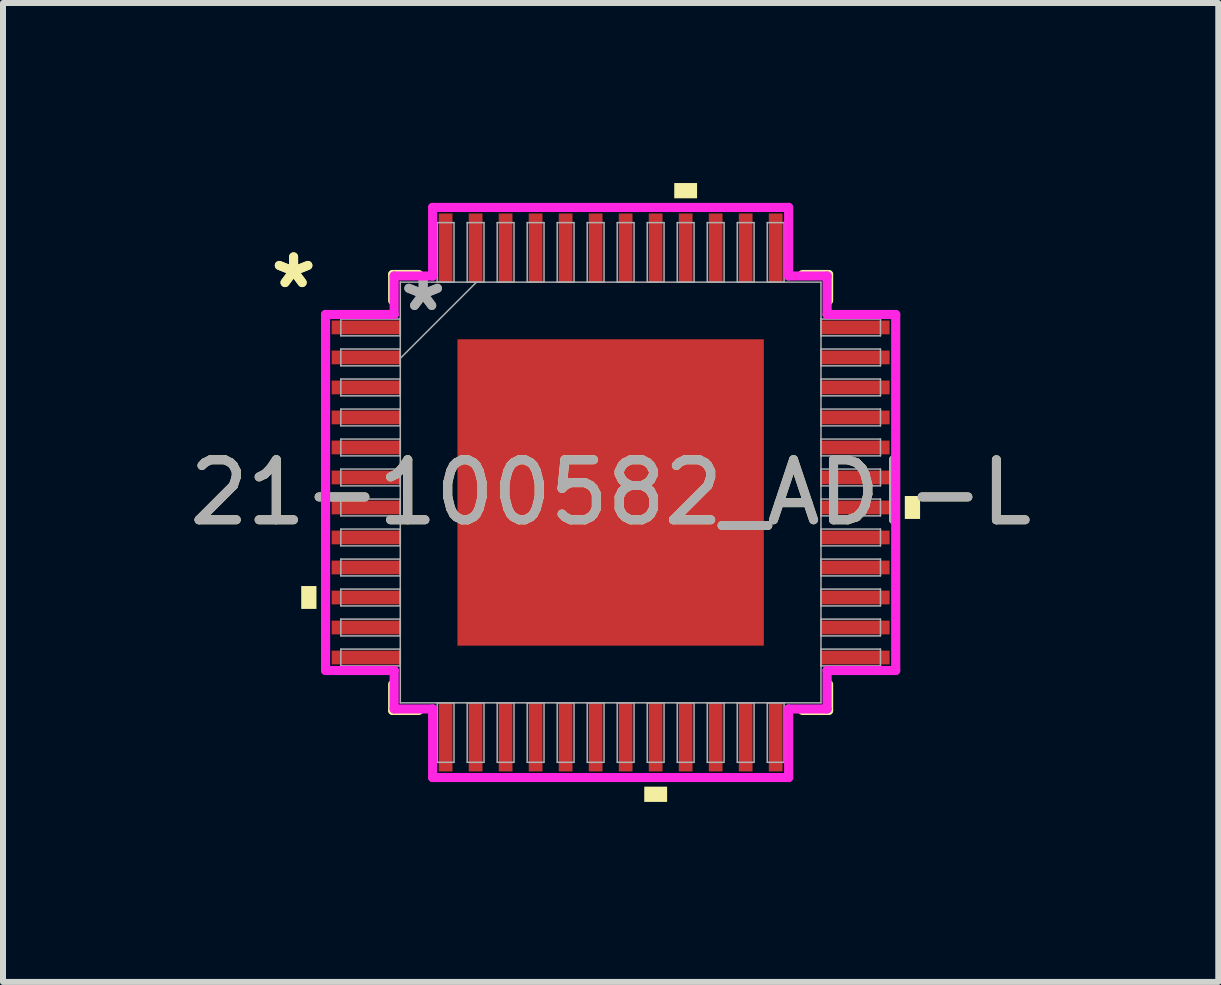
<source format=kicad_pcb>
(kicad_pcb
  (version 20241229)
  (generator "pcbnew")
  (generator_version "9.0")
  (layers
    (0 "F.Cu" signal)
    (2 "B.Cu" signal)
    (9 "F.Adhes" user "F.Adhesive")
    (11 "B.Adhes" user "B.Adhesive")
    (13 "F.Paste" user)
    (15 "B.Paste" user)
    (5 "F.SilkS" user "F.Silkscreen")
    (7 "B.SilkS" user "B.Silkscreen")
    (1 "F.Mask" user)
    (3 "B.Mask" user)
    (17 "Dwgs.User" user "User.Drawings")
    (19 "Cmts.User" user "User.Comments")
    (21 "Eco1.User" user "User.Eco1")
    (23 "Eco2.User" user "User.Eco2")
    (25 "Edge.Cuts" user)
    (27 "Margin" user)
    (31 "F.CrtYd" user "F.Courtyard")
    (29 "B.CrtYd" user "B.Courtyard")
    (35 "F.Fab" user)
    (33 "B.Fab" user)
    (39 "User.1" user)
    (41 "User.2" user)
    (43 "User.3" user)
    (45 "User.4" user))
  (footprint "21-100582_ADI-L"
    (layer "F.Cu")
    (at 7.125 5.156)
    (property "Reference" "21-100582_ADI-L" (at 0 0 0) (unlocked yes) (layer "F.SilkS") (effects (font (size 1 1) (thickness 0.15))))
    (attr smd)
    (fp_line (start -3.632 -3.632) (end -3.632 -3.197) (stroke (width 0.152) (type solid)) (layer "F.SilkS"))
    (fp_line (start -3.632 3.197) (end -3.632 3.632) (stroke (width 0.152) (type solid)) (layer "F.SilkS"))
    (fp_line (start -3.632 3.632) (end -3.197 3.632) (stroke (width 0.152) (type solid)) (layer "F.SilkS"))
    (fp_line (start -3.197 -3.632) (end -3.632 -3.632) (stroke (width 0.152) (type solid)) (layer "F.SilkS"))
    (fp_line (start 3.197 3.632) (end 3.632 3.632) (stroke (width 0.152) (type solid)) (layer "F.SilkS"))
    (fp_line (start 3.632 -3.632) (end 3.197 -3.632) (stroke (width 0.152) (type solid)) (layer "F.SilkS"))
    (fp_line (start 3.632 -3.197) (end 3.632 -3.632) (stroke (width 0.152) (type solid)) (layer "F.SilkS"))
    (fp_line (start 3.632 3.632) (end 3.632 3.197) (stroke (width 0.152) (type solid)) (layer "F.SilkS"))
    (fp_poly (pts (xy -5.156 1.559) (xy -5.156 1.94) (xy -4.902 1.94) (xy -4.902 1.559)) (stroke (width 0) (type solid)) (fill yes) (layer "F.SilkS"))
    (fp_poly (pts (xy 0.56 4.902) (xy 0.56 5.156) (xy 0.941 5.156) (xy 0.941 4.902)) (stroke (width 0) (type solid)) (fill yes) (layer "F.SilkS"))
    (fp_poly (pts (xy 1.06 -4.902) (xy 1.06 -5.156) (xy 1.44 -5.156) (xy 1.44 -4.902)) (stroke (width 0) (type solid)) (fill yes) (layer "F.SilkS"))
    (fp_poly (pts (xy 5.156 0.059) (xy 5.156 0.441) (xy 4.902 0.441) (xy 4.902 0.059)) (stroke (width 0) (type solid)) (fill yes) (layer "F.SilkS"))
    (fp_poly (pts (xy -2.453 -2.453) (xy -2.453 -1.376) (xy -1.376 -1.376) (xy -1.376 -2.453)) (stroke (width 0) (type solid)) (fill yes) (layer "F.Paste"))
    (fp_poly (pts (xy -2.453 -1.176) (xy -2.453 -0.1) (xy -1.376 -0.1) (xy -1.376 -1.176)) (stroke (width 0) (type solid)) (fill yes) (layer "F.Paste"))
    (fp_poly (pts (xy -2.453 0.1) (xy -2.453 1.176) (xy -1.376 1.176) (xy -1.376 0.1)) (stroke (width 0) (type solid)) (fill yes) (layer "F.Paste"))
    (fp_poly (pts (xy -2.453 1.376) (xy -2.453 2.453) (xy -1.376 2.453) (xy -1.376 1.376)) (stroke (width 0) (type solid)) (fill yes) (layer "F.Paste"))
    (fp_poly (pts (xy -1.176 -2.453) (xy -1.176 -1.376) (xy -0.1 -1.376) (xy -0.1 -2.453)) (stroke (width 0) (type solid)) (fill yes) (layer "F.Paste"))
    (fp_poly (pts (xy -1.176 -1.176) (xy -1.176 -0.1) (xy -0.1 -0.1) (xy -0.1 -1.176)) (stroke (width 0) (type solid)) (fill yes) (layer "F.Paste"))
    (fp_poly (pts (xy -1.176 0.1) (xy -1.176 1.176) (xy -0.1 1.176) (xy -0.1 0.1)) (stroke (width 0) (type solid)) (fill yes) (layer "F.Paste"))
    (fp_poly (pts (xy -1.176 1.376) (xy -1.176 2.453) (xy -0.1 2.453) (xy -0.1 1.376)) (stroke (width 0) (type solid)) (fill yes) (layer "F.Paste"))
    (fp_poly (pts (xy 0.1 -2.453) (xy 0.1 -1.376) (xy 1.176 -1.376) (xy 1.176 -2.453)) (stroke (width 0) (type solid)) (fill yes) (layer "F.Paste"))
    (fp_poly (pts (xy 0.1 -1.176) (xy 0.1 -0.1) (xy 1.176 -0.1) (xy 1.176 -1.176)) (stroke (width 0) (type solid)) (fill yes) (layer "F.Paste"))
    (fp_poly (pts (xy 0.1 0.1) (xy 0.1 1.176) (xy 1.176 1.176) (xy 1.176 0.1)) (stroke (width 0) (type solid)) (fill yes) (layer "F.Paste"))
    (fp_poly (pts (xy 0.1 1.376) (xy 0.1 2.453) (xy 1.176 2.453) (xy 1.176 1.376)) (stroke (width 0) (type solid)) (fill yes) (layer "F.Paste"))
    (fp_poly (pts (xy 1.376 -2.453) (xy 1.376 -1.376) (xy 2.453 -1.376) (xy 2.453 -2.453)) (stroke (width 0) (type solid)) (fill yes) (layer "F.Paste"))
    (fp_poly (pts (xy 1.376 -1.176) (xy 1.376 -0.1) (xy 2.453 -0.1) (xy 2.453 -1.176)) (stroke (width 0) (type solid)) (fill yes) (layer "F.Paste"))
    (fp_poly (pts (xy 1.376 0.1) (xy 1.376 1.176) (xy 2.453 1.176) (xy 2.453 0.1)) (stroke (width 0) (type solid)) (fill yes) (layer "F.Paste"))
    (fp_poly (pts (xy 1.376 1.376) (xy 1.376 2.453) (xy 2.453 2.453) (xy 2.453 1.376)) (stroke (width 0) (type solid)) (fill yes) (layer "F.Paste"))
    (fp_line (start -4.75 -2.966) (end -3.607 -2.966) (stroke (width 0.152) (type solid)) (layer "F.CrtYd"))
    (fp_line (start -4.75 2.966) (end -4.75 -2.966) (stroke (width 0.152) (type solid)) (layer "F.CrtYd"))
    (fp_line (start -3.607 -3.607) (end -2.966 -3.607) (stroke (width 0.152) (type solid)) (layer "F.CrtYd"))
    (fp_line (start -3.607 -2.966) (end -3.607 -3.607) (stroke (width 0.152) (type solid)) (layer "F.CrtYd"))
    (fp_line (start -3.607 2.966) (end -4.75 2.966) (stroke (width 0.152) (type solid)) (layer "F.CrtYd"))
    (fp_line (start -3.607 3.607) (end -3.607 2.966) (stroke (width 0.152) (type solid)) (layer "F.CrtYd"))
    (fp_line (start -3.607 3.607) (end -2.966 3.607) (stroke (width 0.152) (type solid)) (layer "F.CrtYd"))
    (fp_line (start -2.966 -4.75) (end 2.966 -4.75) (stroke (width 0.152) (type solid)) (layer "F.CrtYd"))
    (fp_line (start -2.966 -3.607) (end -2.966 -4.75) (stroke (width 0.152) (type solid)) (layer "F.CrtYd"))
    (fp_line (start -2.966 3.607) (end -2.966 4.75) (stroke (width 0.152) (type solid)) (layer "F.CrtYd"))
    (fp_line (start -2.966 4.75) (end 2.966 4.75) (stroke (width 0.152) (type solid)) (layer "F.CrtYd"))
    (fp_line (start 2.966 -4.75) (end 2.966 -3.607) (stroke (width 0.152) (type solid)) (layer "F.CrtYd"))
    (fp_line (start 2.966 -3.607) (end 3.607 -3.607) (stroke (width 0.152) (type solid)) (layer "F.CrtYd"))
    (fp_line (start 2.966 3.607) (end 3.607 3.607) (stroke (width 0.152) (type solid)) (layer "F.CrtYd"))
    (fp_line (start 2.966 4.75) (end 2.966 3.607) (stroke (width 0.152) (type solid)) (layer "F.CrtYd"))
    (fp_line (start 3.607 -2.966) (end 3.607 -3.607) (stroke (width 0.152) (type solid)) (layer "F.CrtYd"))
    (fp_line (start 3.607 2.966) (end 4.75 2.966) (stroke (width 0.152) (type solid)) (layer "F.CrtYd"))
    (fp_line (start 3.607 3.607) (end 3.607 2.966) (stroke (width 0.152) (type solid)) (layer "F.CrtYd"))
    (fp_line (start 4.75 -2.966) (end 3.607 -2.966) (stroke (width 0.152) (type solid)) (layer "F.CrtYd"))
    (fp_line (start 4.75 2.966) (end 4.75 -2.966) (stroke (width 0.152) (type solid)) (layer "F.CrtYd"))
    (fp_line (start -4.496 -2.89) (end -4.496 -2.61) (stroke (width 0.025) (type solid)) (layer "F.Fab"))
    (fp_line (start -4.496 -2.61) (end -3.505 -2.61) (stroke (width 0.025) (type solid)) (layer "F.Fab"))
    (fp_line (start -4.496 -2.39) (end -4.496 -2.11) (stroke (width 0.025) (type solid)) (layer "F.Fab"))
    (fp_line (start -4.496 -2.11) (end -3.505 -2.11) (stroke (width 0.025) (type solid)) (layer "F.Fab"))
    (fp_line (start -4.496 -1.89) (end -4.496 -1.61) (stroke (width 0.025) (type solid)) (layer "F.Fab"))
    (fp_line (start -4.496 -1.61) (end -3.505 -1.61) (stroke (width 0.025) (type solid)) (layer "F.Fab"))
    (fp_line (start -4.496 -1.39) (end -4.496 -1.11) (stroke (width 0.025) (type solid)) (layer "F.Fab"))
    (fp_line (start -4.496 -1.11) (end -3.505 -1.11) (stroke (width 0.025) (type solid)) (layer "F.Fab"))
    (fp_line (start -4.496 -0.89) (end -4.496 -0.61) (stroke (width 0.025) (type solid)) (layer "F.Fab"))
    (fp_line (start -4.496 -0.61) (end -3.505 -0.61) (stroke (width 0.025) (type solid)) (layer "F.Fab"))
    (fp_line (start -4.496 -0.39) (end -4.496 -0.11) (stroke (width 0.025) (type solid)) (layer "F.Fab"))
    (fp_line (start -4.496 -0.11) (end -3.505 -0.11) (stroke (width 0.025) (type solid)) (layer "F.Fab"))
    (fp_line (start -4.496 0.11) (end -4.496 0.39) (stroke (width 0.025) (type solid)) (layer "F.Fab"))
    (fp_line (start -4.496 0.39) (end -3.505 0.39) (stroke (width 0.025) (type solid)) (layer "F.Fab"))
    (fp_line (start -4.496 0.61) (end -4.496 0.89) (stroke (width 0.025) (type solid)) (layer "F.Fab"))
    (fp_line (start -4.496 0.89) (end -3.505 0.89) (stroke (width 0.025) (type solid)) (layer "F.Fab"))
    (fp_line (start -4.496 1.11) (end -4.496 1.39) (stroke (width 0.025) (type solid)) (layer "F.Fab"))
    (fp_line (start -4.496 1.39) (end -3.505 1.39) (stroke (width 0.025) (type solid)) (layer "F.Fab"))
    (fp_line (start -4.496 1.61) (end -4.496 1.89) (stroke (width 0.025) (type solid)) (layer "F.Fab"))
    (fp_line (start -4.496 1.89) (end -3.505 1.89) (stroke (width 0.025) (type solid)) (layer "F.Fab"))
    (fp_line (start -4.496 2.11) (end -4.496 2.39) (stroke (width 0.025) (type solid)) (layer "F.Fab"))
    (fp_line (start -4.496 2.39) (end -3.505 2.39) (stroke (width 0.025) (type solid)) (layer "F.Fab"))
    (fp_line (start -4.496 2.61) (end -4.496 2.89) (stroke (width 0.025) (type solid)) (layer "F.Fab"))
    (fp_line (start -4.496 2.89) (end -3.505 2.89) (stroke (width 0.025) (type solid)) (layer "F.Fab"))
    (fp_line (start -3.505 -3.505) (end -3.505 3.505) (stroke (width 0.025) (type solid)) (layer "F.Fab"))
    (fp_line (start -3.505 -2.89) (end -4.496 -2.89) (stroke (width 0.025) (type solid)) (layer "F.Fab"))
    (fp_line (start -3.505 -2.61) (end -3.505 -2.89) (stroke (width 0.025) (type solid)) (layer "F.Fab"))
    (fp_line (start -3.505 -2.39) (end -4.496 -2.39) (stroke (width 0.025) (type solid)) (layer "F.Fab"))
    (fp_line (start -3.505 -2.235) (end -2.235 -3.505) (stroke (width 0.025) (type solid)) (layer "F.Fab"))
    (fp_line (start -3.505 -2.11) (end -3.505 -2.39) (stroke (width 0.025) (type solid)) (layer "F.Fab"))
    (fp_line (start -3.505 -1.89) (end -4.496 -1.89) (stroke (width 0.025) (type solid)) (layer "F.Fab"))
    (fp_line (start -3.505 -1.61) (end -3.505 -1.89) (stroke (width 0.025) (type solid)) (layer "F.Fab"))
    (fp_line (start -3.505 -1.39) (end -4.496 -1.39) (stroke (width 0.025) (type solid)) (layer "F.Fab"))
    (fp_line (start -3.505 -1.11) (end -3.505 -1.39) (stroke (width 0.025) (type solid)) (layer "F.Fab"))
    (fp_line (start -3.505 -0.89) (end -4.496 -0.89) (stroke (width 0.025) (type solid)) (layer "F.Fab"))
    (fp_line (start -3.505 -0.61) (end -3.505 -0.89) (stroke (width 0.025) (type solid)) (layer "F.Fab"))
    (fp_line (start -3.505 -0.39) (end -4.496 -0.39) (stroke (width 0.025) (type solid)) (layer "F.Fab"))
    (fp_line (start -3.505 -0.11) (end -3.505 -0.39) (stroke (width 0.025) (type solid)) (layer "F.Fab"))
    (fp_line (start -3.505 0.11) (end -4.496 0.11) (stroke (width 0.025) (type solid)) (layer "F.Fab"))
    (fp_line (start -3.505 0.39) (end -3.505 0.11) (stroke (width 0.025) (type solid)) (layer "F.Fab"))
    (fp_line (start -3.505 0.61) (end -4.496 0.61) (stroke (width 0.025) (type solid)) (layer "F.Fab"))
    (fp_line (start -3.505 0.89) (end -3.505 0.61) (stroke (width 0.025) (type solid)) (layer "F.Fab"))
    (fp_line (start -3.505 1.11) (end -4.496 1.11) (stroke (width 0.025) (type solid)) (layer "F.Fab"))
    (fp_line (start -3.505 1.39) (end -3.505 1.11) (stroke (width 0.025) (type solid)) (layer "F.Fab"))
    (fp_line (start -3.505 1.61) (end -4.496 1.61) (stroke (width 0.025) (type solid)) (layer "F.Fab"))
    (fp_line (start -3.505 1.89) (end -3.505 1.61) (stroke (width 0.025) (type solid)) (layer "F.Fab"))
    (fp_line (start -3.505 2.11) (end -4.496 2.11) (stroke (width 0.025) (type solid)) (layer "F.Fab"))
    (fp_line (start -3.505 2.39) (end -3.505 2.11) (stroke (width 0.025) (type solid)) (layer "F.Fab"))
    (fp_line (start -3.505 2.61) (end -4.496 2.61) (stroke (width 0.025) (type solid)) (layer "F.Fab"))
    (fp_line (start -3.505 2.89) (end -3.505 2.61) (stroke (width 0.025) (type solid)) (layer "F.Fab"))
    (fp_line (start -3.505 3.505) (end 3.505 3.505) (stroke (width 0.025) (type solid)) (layer "F.Fab"))
    (fp_line (start -2.89 -4.496) (end -2.89 -3.505) (stroke (width 0.025) (type solid)) (layer "F.Fab"))
    (fp_line (start -2.89 -3.505) (end -2.61 -3.505) (stroke (width 0.025) (type solid)) (layer "F.Fab"))
    (fp_line (start -2.89 3.505) (end -2.89 4.496) (stroke (width 0.025) (type solid)) (layer "F.Fab"))
    (fp_line (start -2.89 4.496) (end -2.61 4.496) (stroke (width 0.025) (type solid)) (layer "F.Fab"))
    (fp_line (start -2.61 -4.496) (end -2.89 -4.496) (stroke (width 0.025) (type solid)) (layer "F.Fab"))
    (fp_line (start -2.61 -3.505) (end -2.61 -4.496) (stroke (width 0.025) (type solid)) (layer "F.Fab"))
    (fp_line (start -2.61 3.505) (end -2.89 3.505) (stroke (width 0.025) (type solid)) (layer "F.Fab"))
    (fp_line (start -2.61 4.496) (end -2.61 3.505) (stroke (width 0.025) (type solid)) (layer "F.Fab"))
    (fp_line (start -2.39 -4.496) (end -2.39 -3.505) (stroke (width 0.025) (type solid)) (layer "F.Fab"))
    (fp_line (start -2.39 -3.505) (end -2.11 -3.505) (stroke (width 0.025) (type solid)) (layer "F.Fab"))
    (fp_line (start -2.39 3.505) (end -2.39 4.496) (stroke (width 0.025) (type solid)) (layer "F.Fab"))
    (fp_line (start -2.39 4.496) (end -2.11 4.496) (stroke (width 0.025) (type solid)) (layer "F.Fab"))
    (fp_line (start -2.11 -4.496) (end -2.39 -4.496) (stroke (width 0.025) (type solid)) (layer "F.Fab"))
    (fp_line (start -2.11 -3.505) (end -2.11 -4.496) (stroke (width 0.025) (type solid)) (layer "F.Fab"))
    (fp_line (start -2.11 3.505) (end -2.39 3.505) (stroke (width 0.025) (type solid)) (layer "F.Fab"))
    (fp_line (start -2.11 4.496) (end -2.11 3.505) (stroke (width 0.025) (type solid)) (layer "F.Fab"))
    (fp_line (start -1.89 -4.496) (end -1.89 -3.505) (stroke (width 0.025) (type solid)) (layer "F.Fab"))
    (fp_line (start -1.89 -3.505) (end -1.61 -3.505) (stroke (width 0.025) (type solid)) (layer "F.Fab"))
    (fp_line (start -1.89 3.505) (end -1.89 4.496) (stroke (width 0.025) (type solid)) (layer "F.Fab"))
    (fp_line (start -1.89 4.496) (end -1.61 4.496) (stroke (width 0.025) (type solid)) (layer "F.Fab"))
    (fp_line (start -1.61 -4.496) (end -1.89 -4.496) (stroke (width 0.025) (type solid)) (layer "F.Fab"))
    (fp_line (start -1.61 -3.505) (end -1.61 -4.496) (stroke (width 0.025) (type solid)) (layer "F.Fab"))
    (fp_line (start -1.61 3.505) (end -1.89 3.505) (stroke (width 0.025) (type solid)) (layer "F.Fab"))
    (fp_line (start -1.61 4.496) (end -1.61 3.505) (stroke (width 0.025) (type solid)) (layer "F.Fab"))
    (fp_line (start -1.39 -4.496) (end -1.39 -3.505) (stroke (width 0.025) (type solid)) (layer "F.Fab"))
    (fp_line (start -1.39 -3.505) (end -1.11 -3.505) (stroke (width 0.025) (type solid)) (layer "F.Fab"))
    (fp_line (start -1.39 3.505) (end -1.39 4.496) (stroke (width 0.025) (type solid)) (layer "F.Fab"))
    (fp_line (start -1.39 4.496) (end -1.11 4.496) (stroke (width 0.025) (type solid)) (layer "F.Fab"))
    (fp_line (start -1.11 -4.496) (end -1.39 -4.496) (stroke (width 0.025) (type solid)) (layer "F.Fab"))
    (fp_line (start -1.11 -3.505) (end -1.11 -4.496) (stroke (width 0.025) (type solid)) (layer "F.Fab"))
    (fp_line (start -1.11 3.505) (end -1.39 3.505) (stroke (width 0.025) (type solid)) (layer "F.Fab"))
    (fp_line (start -1.11 4.496) (end -1.11 3.505) (stroke (width 0.025) (type solid)) (layer "F.Fab"))
    (fp_line (start -0.89 -4.496) (end -0.89 -3.505) (stroke (width 0.025) (type solid)) (layer "F.Fab"))
    (fp_line (start -0.89 -3.505) (end -0.61 -3.505) (stroke (width 0.025) (type solid)) (layer "F.Fab"))
    (fp_line (start -0.89 3.505) (end -0.89 4.496) (stroke (width 0.025) (type solid)) (layer "F.Fab"))
    (fp_line (start -0.89 4.496) (end -0.61 4.496) (stroke (width 0.025) (type solid)) (layer "F.Fab"))
    (fp_line (start -0.61 -4.496) (end -0.89 -4.496) (stroke (width 0.025) (type solid)) (layer "F.Fab"))
    (fp_line (start -0.61 -3.505) (end -0.61 -4.496) (stroke (width 0.025) (type solid)) (layer "F.Fab"))
    (fp_line (start -0.61 3.505) (end -0.89 3.505) (stroke (width 0.025) (type solid)) (layer "F.Fab"))
    (fp_line (start -0.61 4.496) (end -0.61 3.505) (stroke (width 0.025) (type solid)) (layer "F.Fab"))
    (fp_line (start -0.39 -4.496) (end -0.39 -3.505) (stroke (width 0.025) (type solid)) (layer "F.Fab"))
    (fp_line (start -0.39 -3.505) (end -0.11 -3.505) (stroke (width 0.025) (type solid)) (layer "F.Fab"))
    (fp_line (start -0.39 3.505) (end -0.39 4.496) (stroke (width 0.025) (type solid)) (layer "F.Fab"))
    (fp_line (start -0.39 4.496) (end -0.11 4.496) (stroke (width 0.025) (type solid)) (layer "F.Fab"))
    (fp_line (start -0.11 -4.496) (end -0.39 -4.496) (stroke (width 0.025) (type solid)) (layer "F.Fab"))
    (fp_line (start -0.11 -3.505) (end -0.11 -4.496) (stroke (width 0.025) (type solid)) (layer "F.Fab"))
    (fp_line (start -0.11 3.505) (end -0.39 3.505) (stroke (width 0.025) (type solid)) (layer "F.Fab"))
    (fp_line (start -0.11 4.496) (end -0.11 3.505) (stroke (width 0.025) (type solid)) (layer "F.Fab"))
    (fp_line (start 0.11 -4.496) (end 0.11 -3.505) (stroke (width 0.025) (type solid)) (layer "F.Fab"))
    (fp_line (start 0.11 -3.505) (end 0.39 -3.505) (stroke (width 0.025) (type solid)) (layer "F.Fab"))
    (fp_line (start 0.11 3.505) (end 0.11 4.496) (stroke (width 0.025) (type solid)) (layer "F.Fab"))
    (fp_line (start 0.11 4.496) (end 0.39 4.496) (stroke (width 0.025) (type solid)) (layer "F.Fab"))
    (fp_line (start 0.39 -4.496) (end 0.11 -4.496) (stroke (width 0.025) (type solid)) (layer "F.Fab"))
    (fp_line (start 0.39 -3.505) (end 0.39 -4.496) (stroke (width 0.025) (type solid)) (layer "F.Fab"))
    (fp_line (start 0.39 3.505) (end 0.11 3.505) (stroke (width 0.025) (type solid)) (layer "F.Fab"))
    (fp_line (start 0.39 4.496) (end 0.39 3.505) (stroke (width 0.025) (type solid)) (layer "F.Fab"))
    (fp_line (start 0.61 -4.496) (end 0.61 -3.505) (stroke (width 0.025) (type solid)) (layer "F.Fab"))
    (fp_line (start 0.61 -3.505) (end 0.89 -3.505) (stroke (width 0.025) (type solid)) (layer "F.Fab"))
    (fp_line (start 0.61 3.505) (end 0.61 4.496) (stroke (width 0.025) (type solid)) (layer "F.Fab"))
    (fp_line (start 0.61 4.496) (end 0.89 4.496) (stroke (width 0.025) (type solid)) (layer "F.Fab"))
    (fp_line (start 0.89 -4.496) (end 0.61 -4.496) (stroke (width 0.025) (type solid)) (layer "F.Fab"))
    (fp_line (start 0.89 -3.505) (end 0.89 -4.496) (stroke (width 0.025) (type solid)) (layer "F.Fab"))
    (fp_line (start 0.89 3.505) (end 0.61 3.505) (stroke (width 0.025) (type solid)) (layer "F.Fab"))
    (fp_line (start 0.89 4.496) (end 0.89 3.505) (stroke (width 0.025) (type solid)) (layer "F.Fab"))
    (fp_line (start 1.11 -4.496) (end 1.11 -3.505) (stroke (width 0.025) (type solid)) (layer "F.Fab"))
    (fp_line (start 1.11 -3.505) (end 1.39 -3.505) (stroke (width 0.025) (type solid)) (layer "F.Fab"))
    (fp_line (start 1.11 3.505) (end 1.11 4.496) (stroke (width 0.025) (type solid)) (layer "F.Fab"))
    (fp_line (start 1.11 4.496) (end 1.39 4.496) (stroke (width 0.025) (type solid)) (layer "F.Fab"))
    (fp_line (start 1.39 -4.496) (end 1.11 -4.496) (stroke (width 0.025) (type solid)) (layer "F.Fab"))
    (fp_line (start 1.39 -3.505) (end 1.39 -4.496) (stroke (width 0.025) (type solid)) (layer "F.Fab"))
    (fp_line (start 1.39 3.505) (end 1.11 3.505) (stroke (width 0.025) (type solid)) (layer "F.Fab"))
    (fp_line (start 1.39 4.496) (end 1.39 3.505) (stroke (width 0.025) (type solid)) (layer "F.Fab"))
    (fp_line (start 1.61 -4.496) (end 1.61 -3.505) (stroke (width 0.025) (type solid)) (layer "F.Fab"))
    (fp_line (start 1.61 -3.505) (end 1.89 -3.505) (stroke (width 0.025) (type solid)) (layer "F.Fab"))
    (fp_line (start 1.61 3.505) (end 1.61 4.496) (stroke (width 0.025) (type solid)) (layer "F.Fab"))
    (fp_line (start 1.61 4.496) (end 1.89 4.496) (stroke (width 0.025) (type solid)) (layer "F.Fab"))
    (fp_line (start 1.89 -4.496) (end 1.61 -4.496) (stroke (width 0.025) (type solid)) (layer "F.Fab"))
    (fp_line (start 1.89 -3.505) (end 1.89 -4.496) (stroke (width 0.025) (type solid)) (layer "F.Fab"))
    (fp_line (start 1.89 3.505) (end 1.61 3.505) (stroke (width 0.025) (type solid)) (layer "F.Fab"))
    (fp_line (start 1.89 4.496) (end 1.89 3.505) (stroke (width 0.025) (type solid)) (layer "F.Fab"))
    (fp_line (start 2.11 -4.496) (end 2.11 -3.505) (stroke (width 0.025) (type solid)) (layer "F.Fab"))
    (fp_line (start 2.11 -3.505) (end 2.39 -3.505) (stroke (width 0.025) (type solid)) (layer "F.Fab"))
    (fp_line (start 2.11 3.505) (end 2.11 4.496) (stroke (width 0.025) (type solid)) (layer "F.Fab"))
    (fp_line (start 2.11 4.496) (end 2.39 4.496) (stroke (width 0.025) (type solid)) (layer "F.Fab"))
    (fp_line (start 2.39 -4.496) (end 2.11 -4.496) (stroke (width 0.025) (type solid)) (layer "F.Fab"))
    (fp_line (start 2.39 -3.505) (end 2.39 -4.496) (stroke (width 0.025) (type solid)) (layer "F.Fab"))
    (fp_line (start 2.39 3.505) (end 2.11 3.505) (stroke (width 0.025) (type solid)) (layer "F.Fab"))
    (fp_line (start 2.39 4.496) (end 2.39 3.505) (stroke (width 0.025) (type solid)) (layer "F.Fab"))
    (fp_line (start 2.61 -4.496) (end 2.61 -3.505) (stroke (width 0.025) (type solid)) (layer "F.Fab"))
    (fp_line (start 2.61 -3.505) (end 2.89 -3.505) (stroke (width 0.025) (type solid)) (layer "F.Fab"))
    (fp_line (start 2.61 3.505) (end 2.61 4.496) (stroke (width 0.025) (type solid)) (layer "F.Fab"))
    (fp_line (start 2.61 4.496) (end 2.89 4.496) (stroke (width 0.025) (type solid)) (layer "F.Fab"))
    (fp_line (start 2.89 -4.496) (end 2.61 -4.496) (stroke (width 0.025) (type solid)) (layer "F.Fab"))
    (fp_line (start 2.89 -3.505) (end 2.89 -4.496) (stroke (width 0.025) (type solid)) (layer "F.Fab"))
    (fp_line (start 2.89 3.505) (end 2.61 3.505) (stroke (width 0.025) (type solid)) (layer "F.Fab"))
    (fp_line (start 2.89 4.496) (end 2.89 3.505) (stroke (width 0.025) (type solid)) (layer "F.Fab"))
    (fp_line (start 3.505 -3.505) (end -3.505 -3.505) (stroke (width 0.025) (type solid)) (layer "F.Fab"))
    (fp_line (start 3.505 -2.89) (end 3.505 -2.61) (stroke (width 0.025) (type solid)) (layer "F.Fab"))
    (fp_line (start 3.505 -2.61) (end 4.496 -2.61) (stroke (width 0.025) (type solid)) (layer "F.Fab"))
    (fp_line (start 3.505 -2.39) (end 3.505 -2.11) (stroke (width 0.025) (type solid)) (layer "F.Fab"))
    (fp_line (start 3.505 -2.11) (end 4.496 -2.11) (stroke (width 0.025) (type solid)) (layer "F.Fab"))
    (fp_line (start 3.505 -1.89) (end 3.505 -1.61) (stroke (width 0.025) (type solid)) (layer "F.Fab"))
    (fp_line (start 3.505 -1.61) (end 4.496 -1.61) (stroke (width 0.025) (type solid)) (layer "F.Fab"))
    (fp_line (start 3.505 -1.39) (end 3.505 -1.11) (stroke (width 0.025) (type solid)) (layer "F.Fab"))
    (fp_line (start 3.505 -1.11) (end 4.496 -1.11) (stroke (width 0.025) (type solid)) (layer "F.Fab"))
    (fp_line (start 3.505 -0.89) (end 3.505 -0.61) (stroke (width 0.025) (type solid)) (layer "F.Fab"))
    (fp_line (start 3.505 -0.61) (end 4.496 -0.61) (stroke (width 0.025) (type solid)) (layer "F.Fab"))
    (fp_line (start 3.505 -0.39) (end 3.505 -0.11) (stroke (width 0.025) (type solid)) (layer "F.Fab"))
    (fp_line (start 3.505 -0.11) (end 4.496 -0.11) (stroke (width 0.025) (type solid)) (layer "F.Fab"))
    (fp_line (start 3.505 0.11) (end 3.505 0.39) (stroke (width 0.025) (type solid)) (layer "F.Fab"))
    (fp_line (start 3.505 0.39) (end 4.496 0.39) (stroke (width 0.025) (type solid)) (layer "F.Fab"))
    (fp_line (start 3.505 0.61) (end 3.505 0.89) (stroke (width 0.025) (type solid)) (layer "F.Fab"))
    (fp_line (start 3.505 0.89) (end 4.496 0.89) (stroke (width 0.025) (type solid)) (layer "F.Fab"))
    (fp_line (start 3.505 1.11) (end 3.505 1.39) (stroke (width 0.025) (type solid)) (layer "F.Fab"))
    (fp_line (start 3.505 1.39) (end 4.496 1.39) (stroke (width 0.025) (type solid)) (layer "F.Fab"))
    (fp_line (start 3.505 1.61) (end 3.505 1.89) (stroke (width 0.025) (type solid)) (layer "F.Fab"))
    (fp_line (start 3.505 1.89) (end 4.496 1.89) (stroke (width 0.025) (type solid)) (layer "F.Fab"))
    (fp_line (start 3.505 2.11) (end 3.505 2.39) (stroke (width 0.025) (type solid)) (layer "F.Fab"))
    (fp_line (start 3.505 2.39) (end 4.496 2.39) (stroke (width 0.025) (type solid)) (layer "F.Fab"))
    (fp_line (start 3.505 2.61) (end 3.505 2.89) (stroke (width 0.025) (type solid)) (layer "F.Fab"))
    (fp_line (start 3.505 2.89) (end 4.496 2.89) (stroke (width 0.025) (type solid)) (layer "F.Fab"))
    (fp_line (start 3.505 3.505) (end 3.505 -3.505) (stroke (width 0.025) (type solid)) (layer "F.Fab"))
    (fp_line (start 4.496 -2.89) (end 3.505 -2.89) (stroke (width 0.025) (type solid)) (layer "F.Fab"))
    (fp_line (start 4.496 -2.61) (end 4.496 -2.89) (stroke (width 0.025) (type solid)) (layer "F.Fab"))
    (fp_line (start 4.496 -2.39) (end 3.505 -2.39) (stroke (width 0.025) (type solid)) (layer "F.Fab"))
    (fp_line (start 4.496 -2.11) (end 4.496 -2.39) (stroke (width 0.025) (type solid)) (layer "F.Fab"))
    (fp_line (start 4.496 -1.89) (end 3.505 -1.89) (stroke (width 0.025) (type solid)) (layer "F.Fab"))
    (fp_line (start 4.496 -1.61) (end 4.496 -1.89) (stroke (width 0.025) (type solid)) (layer "F.Fab"))
    (fp_line (start 4.496 -1.39) (end 3.505 -1.39) (stroke (width 0.025) (type solid)) (layer "F.Fab"))
    (fp_line (start 4.496 -1.11) (end 4.496 -1.39) (stroke (width 0.025) (type solid)) (layer "F.Fab"))
    (fp_line (start 4.496 -0.89) (end 3.505 -0.89) (stroke (width 0.025) (type solid)) (layer "F.Fab"))
    (fp_line (start 4.496 -0.61) (end 4.496 -0.89) (stroke (width 0.025) (type solid)) (layer "F.Fab"))
    (fp_line (start 4.496 -0.39) (end 3.505 -0.39) (stroke (width 0.025) (type solid)) (layer "F.Fab"))
    (fp_line (start 4.496 -0.11) (end 4.496 -0.39) (stroke (width 0.025) (type solid)) (layer "F.Fab"))
    (fp_line (start 4.496 0.11) (end 3.505 0.11) (stroke (width 0.025) (type solid)) (layer "F.Fab"))
    (fp_line (start 4.496 0.39) (end 4.496 0.11) (stroke (width 0.025) (type solid)) (layer "F.Fab"))
    (fp_line (start 4.496 0.61) (end 3.505 0.61) (stroke (width 0.025) (type solid)) (layer "F.Fab"))
    (fp_line (start 4.496 0.89) (end 4.496 0.61) (stroke (width 0.025) (type solid)) (layer "F.Fab"))
    (fp_line (start 4.496 1.11) (end 3.505 1.11) (stroke (width 0.025) (type solid)) (layer "F.Fab"))
    (fp_line (start 4.496 1.39) (end 4.496 1.11) (stroke (width 0.025) (type solid)) (layer "F.Fab"))
    (fp_line (start 4.496 1.61) (end 3.505 1.61) (stroke (width 0.025) (type solid)) (layer "F.Fab"))
    (fp_line (start 4.496 1.89) (end 4.496 1.61) (stroke (width 0.025) (type solid)) (layer "F.Fab"))
    (fp_line (start 4.496 2.11) (end 3.505 2.11) (stroke (width 0.025) (type solid)) (layer "F.Fab"))
    (fp_line (start 4.496 2.39) (end 4.496 2.11) (stroke (width 0.025) (type solid)) (layer "F.Fab"))
    (fp_line (start 4.496 2.61) (end 3.505 2.61) (stroke (width 0.025) (type solid)) (layer "F.Fab"))
    (fp_line (start 4.496 2.89) (end 4.496 2.61) (stroke (width 0.025) (type solid)) (layer "F.Fab"))
    (fp_text user "*" (at -5.283 -3.381 0) (unlocked yes) (layer "F.SilkS") (effects (font (size 1 1) (thickness 0.15))))
    (fp_text user "*" (at -5.283 -3.381 0) (layer "F.SilkS") (effects (font (size 1 1) (thickness 0.15))))
    (fp_text user "${REFERENCE}" (at 0 0 0) (unlocked yes) (layer "F.Fab") (effects (font (size 1 1) (thickness 0.15))))
    (fp_text user "*" (at -3.124 -3 0) (unlocked yes) (layer "F.Fab") (effects (font (size 1 1) (thickness 0.15))))
    (fp_text user "*" (at -3.124 -3 0) (layer "F.Fab") (effects (font (size 1 1) (thickness 0.15))))
    (pad "1" smd rect (at -4.077 -2.75 90) (size 0.229 1.143) (layers "F.Cu" "F.Mask" "F.Paste"))
    (pad "2" smd rect (at -4.077 -2.25 90) (size 0.229 1.143) (layers "F.Cu" "F.Mask" "F.Paste"))
    (pad "3" smd rect (at -4.077 -1.75 90) (size 0.229 1.143) (layers "F.Cu" "F.Mask" "F.Paste"))
    (pad "4" smd rect (at -4.077 -1.25 90) (size 0.229 1.143) (layers "F.Cu" "F.Mask" "F.Paste"))
    (pad "5" smd rect (at -4.077 -0.75 90) (size 0.229 1.143) (layers "F.Cu" "F.Mask" "F.Paste"))
    (pad "6" smd rect (at -4.077 -0.25 90) (size 0.229 1.143) (layers "F.Cu" "F.Mask" "F.Paste"))
    (pad "7" smd rect (at -4.077 0.25 90) (size 0.229 1.143) (layers "F.Cu" "F.Mask" "F.Paste"))
    (pad "8" smd rect (at -4.077 0.75 90) (size 0.229 1.143) (layers "F.Cu" "F.Mask" "F.Paste"))
    (pad "9" smd rect (at -4.077 1.25 90) (size 0.229 1.143) (layers "F.Cu" "F.Mask" "F.Paste"))
    (pad "10" smd rect (at -4.077 1.75 90) (size 0.229 1.143) (layers "F.Cu" "F.Mask" "F.Paste"))
    (pad "11" smd rect (at -4.077 2.25 90) (size 0.229 1.143) (layers "F.Cu" "F.Mask" "F.Paste"))
    (pad "12" smd rect (at -4.077 2.75 90) (size 0.229 1.143) (layers "F.Cu" "F.Mask" "F.Paste"))
    (pad "13" smd rect (at -2.75 4.077) (size 0.229 1.143) (layers "F.Cu" "F.Mask" "F.Paste"))
    (pad "14" smd rect (at -2.25 4.077) (size 0.229 1.143) (layers "F.Cu" "F.Mask" "F.Paste"))
    (pad "15" smd rect (at -1.75 4.077) (size 0.229 1.143) (layers "F.Cu" "F.Mask" "F.Paste"))
    (pad "16" smd rect (at -1.25 4.077) (size 0.229 1.143) (layers "F.Cu" "F.Mask" "F.Paste"))
    (pad "17" smd rect (at -0.75 4.077) (size 0.229 1.143) (layers "F.Cu" "F.Mask" "F.Paste"))
    (pad "18" smd rect (at -0.25 4.077) (size 0.229 1.143) (layers "F.Cu" "F.Mask" "F.Paste"))
    (pad "19" smd rect (at 0.25 4.077) (size 0.229 1.143) (layers "F.Cu" "F.Mask" "F.Paste"))
    (pad "20" smd rect (at 0.75 4.077) (size 0.229 1.143) (layers "F.Cu" "F.Mask" "F.Paste"))
    (pad "21" smd rect (at 1.25 4.077) (size 0.229 1.143) (layers "F.Cu" "F.Mask" "F.Paste"))
    (pad "22" smd rect (at 1.75 4.077) (size 0.229 1.143) (layers "F.Cu" "F.Mask" "F.Paste"))
    (pad "23" smd rect (at 2.25 4.077) (size 0.229 1.143) (layers "F.Cu" "F.Mask" "F.Paste"))
    (pad "24" smd rect (at 2.75 4.077) (size 0.229 1.143) (layers "F.Cu" "F.Mask" "F.Paste"))
    (pad "25" smd rect (at 4.077 2.75 90) (size 0.229 1.143) (layers "F.Cu" "F.Mask" "F.Paste"))
    (pad "26" smd rect (at 4.077 2.25 90) (size 0.229 1.143) (layers "F.Cu" "F.Mask" "F.Paste"))
    (pad "27" smd rect (at 4.077 1.75 90) (size 0.229 1.143) (layers "F.Cu" "F.Mask" "F.Paste"))
    (pad "28" smd rect (at 4.077 1.25 90) (size 0.229 1.143) (layers "F.Cu" "F.Mask" "F.Paste"))
    (pad "29" smd rect (at 4.077 0.75 90) (size 0.229 1.143) (layers "F.Cu" "F.Mask" "F.Paste"))
    (pad "30" smd rect (at 4.077 0.25 90) (size 0.229 1.143) (layers "F.Cu" "F.Mask" "F.Paste"))
    (pad "31" smd rect (at 4.077 -0.25 90) (size 0.229 1.143) (layers "F.Cu" "F.Mask" "F.Paste"))
    (pad "32" smd rect (at 4.077 -0.75 90) (size 0.229 1.143) (layers "F.Cu" "F.Mask" "F.Paste"))
    (pad "33" smd rect (at 4.077 -1.25 90) (size 0.229 1.143) (layers "F.Cu" "F.Mask" "F.Paste"))
    (pad "34" smd rect (at 4.077 -1.75 90) (size 0.229 1.143) (layers "F.Cu" "F.Mask" "F.Paste"))
    (pad "35" smd rect (at 4.077 -2.25 90) (size 0.229 1.143) (layers "F.Cu" "F.Mask" "F.Paste"))
    (pad "36" smd rect (at 4.077 -2.75 90) (size 0.229 1.143) (layers "F.Cu" "F.Mask" "F.Paste"))
    (pad "37" smd rect (at 2.75 -4.077) (size 0.229 1.143) (layers "F.Cu" "F.Mask" "F.Paste"))
    (pad "38" smd rect (at 2.25 -4.077) (size 0.229 1.143) (layers "F.Cu" "F.Mask" "F.Paste"))
    (pad "39" smd rect (at 1.75 -4.077) (size 0.229 1.143) (layers "F.Cu" "F.Mask" "F.Paste"))
    (pad "40" smd rect (at 1.25 -4.077) (size 0.229 1.143) (layers "F.Cu" "F.Mask" "F.Paste"))
    (pad "41" smd rect (at 0.75 -4.077) (size 0.229 1.143) (layers "F.Cu" "F.Mask" "F.Paste"))
    (pad "42" smd rect (at 0.25 -4.077) (size 0.229 1.143) (layers "F.Cu" "F.Mask" "F.Paste"))
    (pad "43" smd rect (at -0.25 -4.077) (size 0.229 1.143) (layers "F.Cu" "F.Mask" "F.Paste"))
    (pad "44" smd rect (at -0.75 -4.077) (size 0.229 1.143) (layers "F.Cu" "F.Mask" "F.Paste"))
    (pad "45" smd rect (at -1.25 -4.077) (size 0.229 1.143) (layers "F.Cu" "F.Mask" "F.Paste"))
    (pad "46" smd rect (at -1.75 -4.077) (size 0.229 1.143) (layers "F.Cu" "F.Mask" "F.Paste"))
    (pad "47" smd rect (at -2.25 -4.077) (size 0.229 1.143) (layers "F.Cu" "F.Mask" "F.Paste"))
    (pad "48" smd rect (at -2.75 -4.077) (size 0.229 1.143) (layers "F.Cu" "F.Mask" "F.Paste"))
    (pad "49" smd rect (at 0 0) (size 5.105 5.105) (layers "F.Cu" "F.Mask")))
  (gr_rect
    (start -3 -3)
    (end 17.25 13.312)
    (stroke (width 0.1) (type default))
    (fill no)
    (layer "Edge.Cuts")))
</source>
